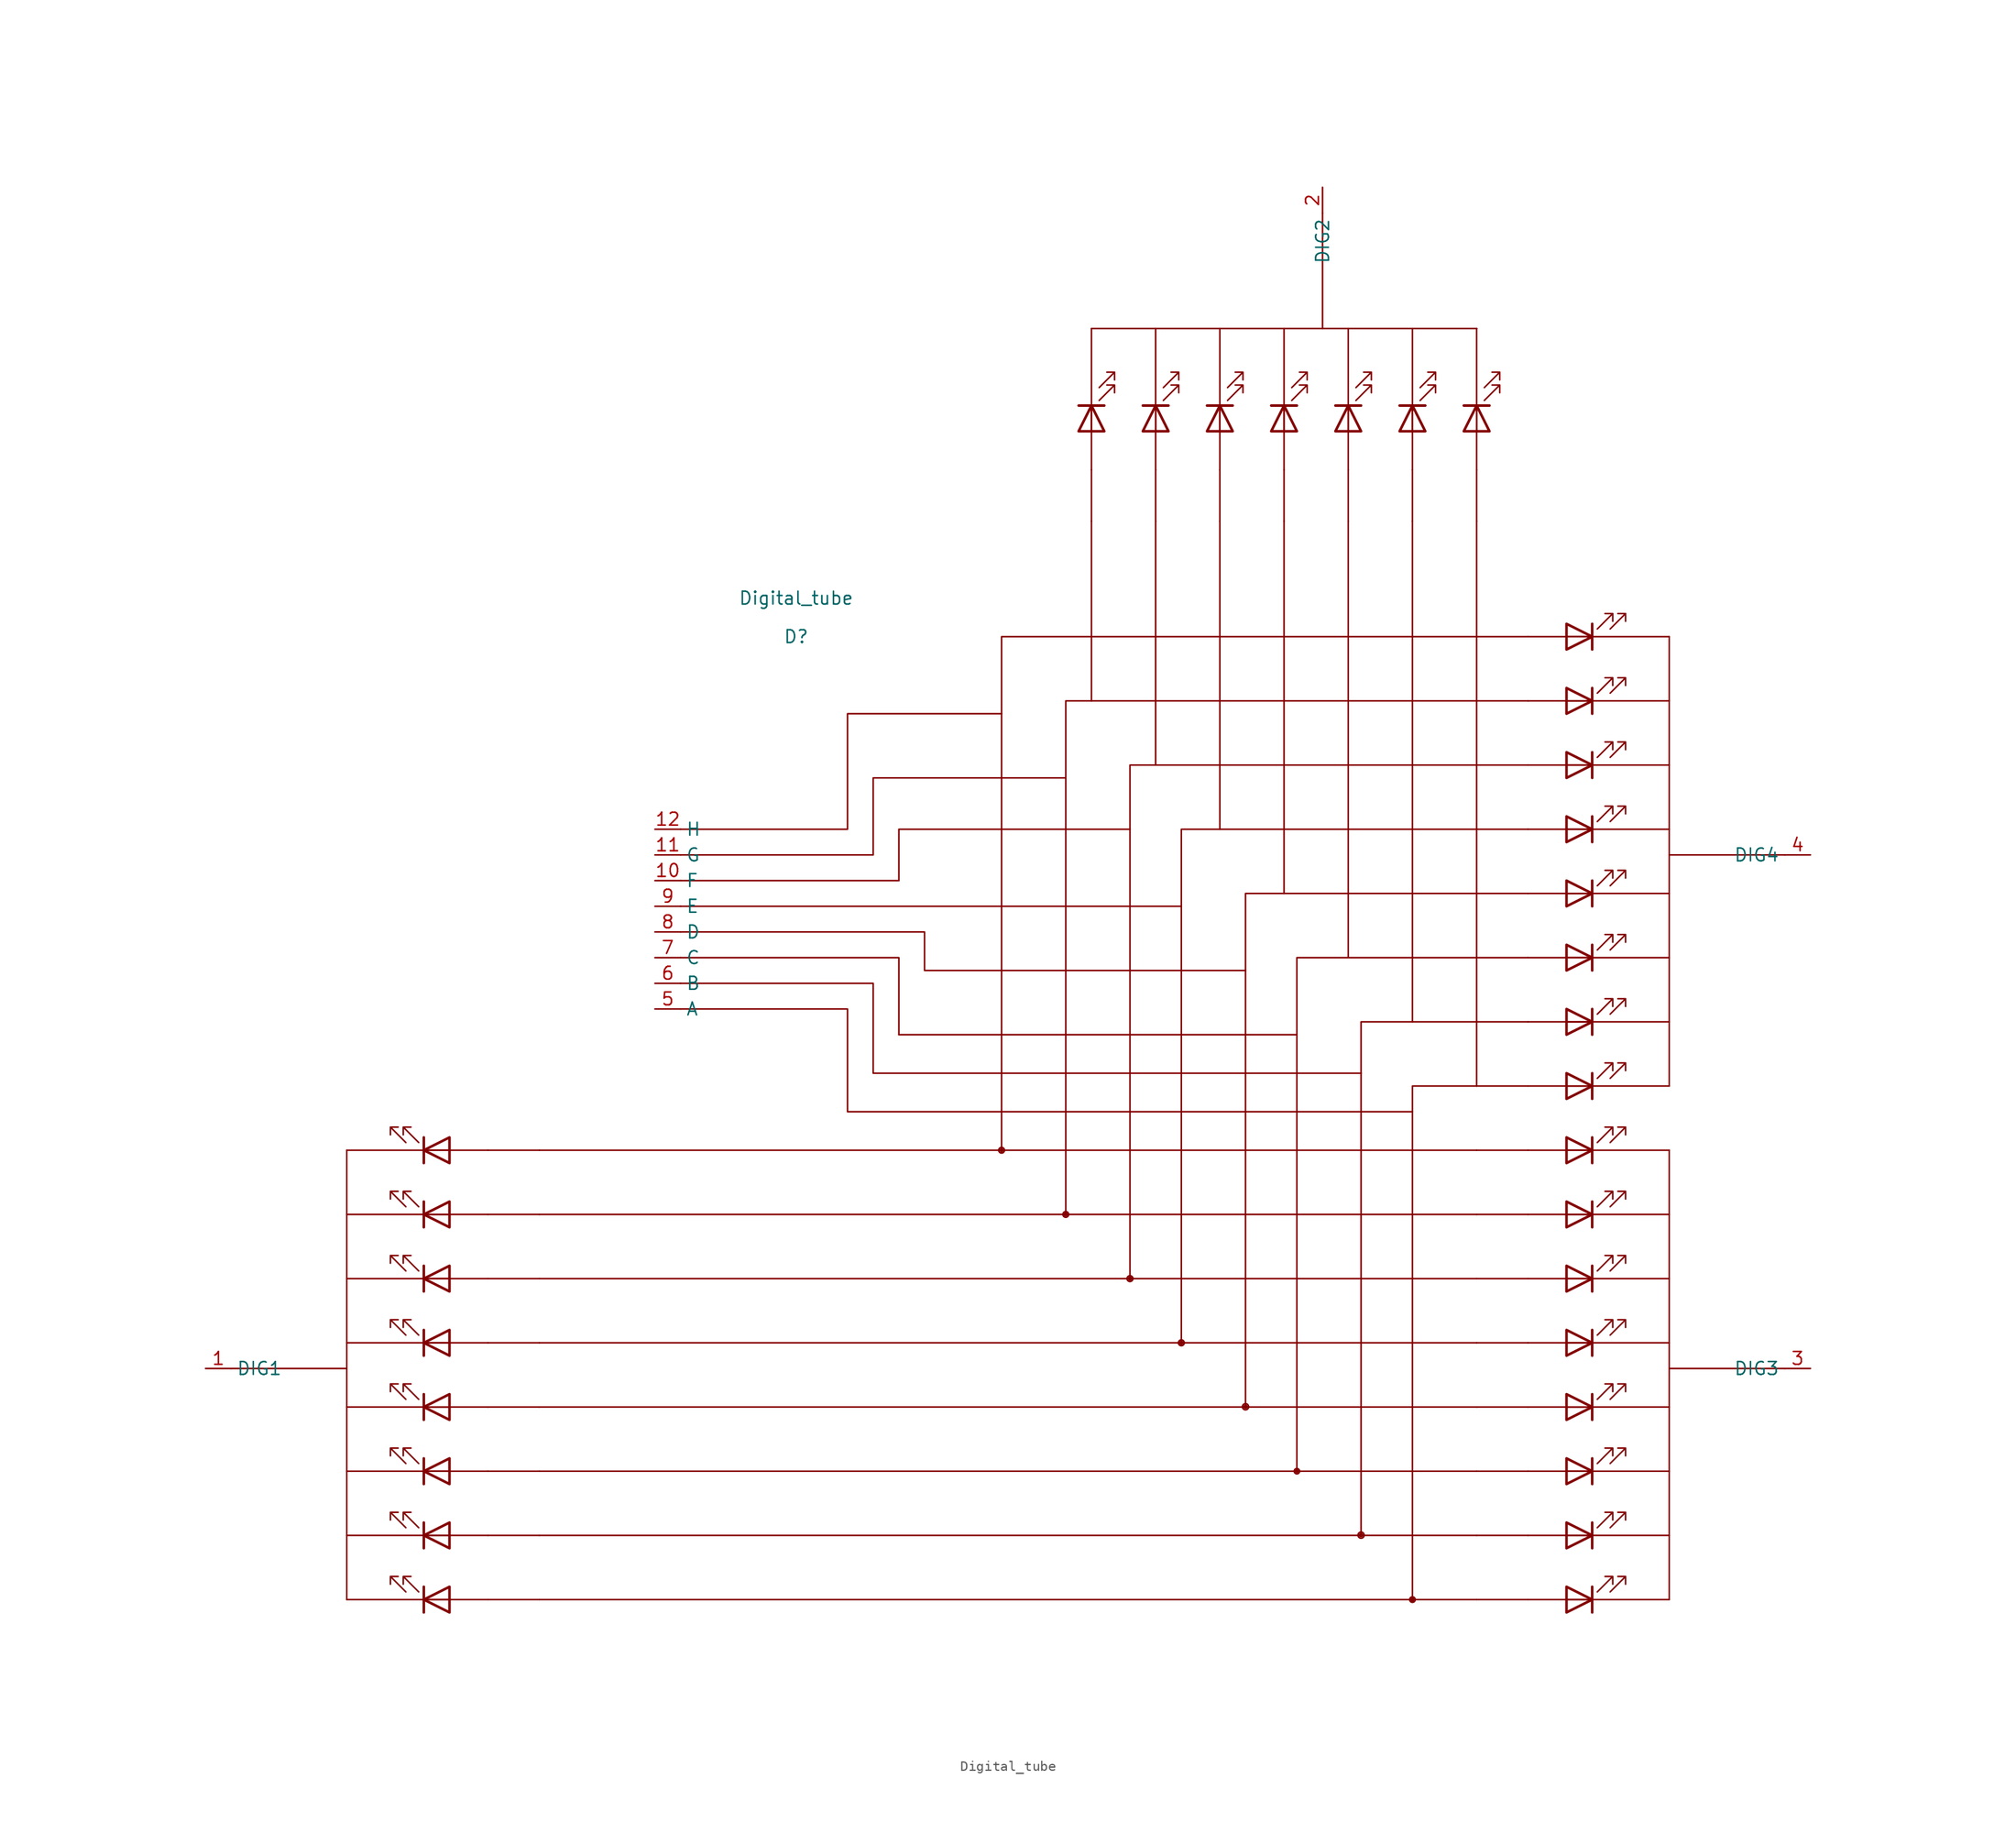
<source format=kicad_sym>
(kicad_symbol_lib
  (version 20211014)
  (generator kicad_symbol_editor)
  (symbol "Digital_tube"
    (property "Reference" "D"
      (at 20.32 53.34 0)
      (effects (font (size 1.27 1.27))))
    (property "Value" "Digital_tube"
      (at 20.32 57.15 0)
      (effects (font (size 1.27 1.27))))
    (symbol "Digital_tube_0_0"
      (polyline (pts (xy -24.13 -41.91) (xy -24.13 2.54)) (stroke (width 0) (type default) (color 0 0 0 0)) (fill (type none)))
      (polyline (pts (xy -24.13 -19.05) (xy -35.56 -19.05)) (stroke (width 0) (type default) (color 0 0 0 0)) (fill (type none)))
      (polyline (pts (xy -10.16 -41.91) (xy -24.13 -41.91)) (stroke (width 0) (type default) (color 0 0 0 0)) (fill (type none)))
      (polyline (pts (xy -10.16 -41.91) (xy -5.08 -41.91)) (stroke (width 0) (type default) (color 0 0 0 0)) (fill (type none)))
      (polyline (pts (xy -10.16 -35.56) (xy -24.13 -35.56)) (stroke (width 0) (type default) (color 0 0 0 0)) (fill (type none)))
      (polyline (pts (xy -10.16 -35.56) (xy -5.08 -35.56)) (stroke (width 0) (type default) (color 0 0 0 0)) (fill (type none)))
      (polyline (pts (xy -10.16 -29.21) (xy -24.13 -29.21)) (stroke (width 0) (type default) (color 0 0 0 0)) (fill (type none)))
      (polyline (pts (xy -10.16 -29.21) (xy -5.08 -29.21)) (stroke (width 0) (type default) (color 0 0 0 0)) (fill (type none)))
      (polyline (pts (xy -10.16 -22.86) (xy -24.13 -22.86)) (stroke (width 0) (type default) (color 0 0 0 0)) (fill (type none)))
      (polyline (pts (xy -10.16 -22.86) (xy -5.08 -22.86)) (stroke (width 0) (type default) (color 0 0 0 0)) (fill (type none)))
      (polyline (pts (xy -10.16 -16.51) (xy -24.13 -16.51)) (stroke (width 0) (type default) (color 0 0 0 0)) (fill (type none)))
      (polyline (pts (xy -10.16 -16.51) (xy -5.08 -16.51)) (stroke (width 0) (type default) (color 0 0 0 0)) (fill (type none)))
      (polyline (pts (xy -10.16 -10.16) (xy -24.13 -10.16)) (stroke (width 0) (type default) (color 0 0 0 0)) (fill (type none)))
      (polyline (pts (xy -10.16 -10.16) (xy -5.08 -10.16)) (stroke (width 0) (type default) (color 0 0 0 0)) (fill (type none)))
      (polyline (pts (xy -10.16 -3.81) (xy -24.13 -3.81)) (stroke (width 0) (type default) (color 0 0 0 0)) (fill (type none)))
      (polyline (pts (xy -10.16 -3.81) (xy -5.08 -3.81)) (stroke (width 0) (type default) (color 0 0 0 0)) (fill (type none)))
      (polyline (pts (xy -10.16 2.54) (xy -24.13 2.54)) (stroke (width 0) (type default) (color 0 0 0 0)) (fill (type none)))
      (polyline (pts (xy -10.16 2.54) (xy -5.08 2.54)) (stroke (width 0) (type default) (color 0 0 0 0)) (fill (type none)))
      (polyline (pts (xy 49.53 69.85) (xy 49.53 64.77)) (stroke (width 0) (type default) (color 0 0 0 0)) (fill (type none)))
      (polyline (pts (xy 49.53 69.85) (xy 49.53 83.82)) (stroke (width 0) (type default) (color 0 0 0 0)) (fill (type none)))
      (polyline (pts (xy 55.88 69.85) (xy 55.88 64.77)) (stroke (width 0) (type default) (color 0 0 0 0)) (fill (type none)))
      (polyline (pts (xy 55.88 69.85) (xy 55.88 83.82)) (stroke (width 0) (type default) (color 0 0 0 0)) (fill (type none)))
      (polyline (pts (xy 62.23 69.85) (xy 62.23 64.77)) (stroke (width 0) (type default) (color 0 0 0 0)) (fill (type none)))
      (polyline (pts (xy 62.23 69.85) (xy 62.23 83.82)) (stroke (width 0) (type default) (color 0 0 0 0)) (fill (type none)))
      (polyline (pts (xy 68.58 69.85) (xy 68.58 64.77)) (stroke (width 0) (type default) (color 0 0 0 0)) (fill (type none)))
      (polyline (pts (xy 68.58 69.85) (xy 68.58 83.82)) (stroke (width 0) (type default) (color 0 0 0 0)) (fill (type none)))
      (polyline (pts (xy 72.39 83.82) (xy 72.39 95.25)) (stroke (width 0) (type default) (color 0 0 0 0)) (fill (type none)))
      (polyline (pts (xy 74.93 69.85) (xy 74.93 64.77)) (stroke (width 0) (type default) (color 0 0 0 0)) (fill (type none)))
      (polyline (pts (xy 74.93 69.85) (xy 74.93 83.82)) (stroke (width 0) (type default) (color 0 0 0 0)) (fill (type none)))
      (polyline (pts (xy 81.28 69.85) (xy 81.28 64.77)) (stroke (width 0) (type default) (color 0 0 0 0)) (fill (type none)))
      (polyline (pts (xy 81.28 69.85) (xy 81.28 83.82)) (stroke (width 0) (type default) (color 0 0 0 0)) (fill (type none)))
      (polyline (pts (xy 87.63 69.85) (xy 87.63 64.77)) (stroke (width 0) (type default) (color 0 0 0 0)) (fill (type none)))
      (polyline (pts (xy 87.63 69.85) (xy 87.63 83.82)) (stroke (width 0) (type default) (color 0 0 0 0)) (fill (type none)))
      (polyline (pts (xy 92.71 -41.91) (xy 87.63 -41.91)) (stroke (width 0) (type default) (color 0 0 0 0)) (fill (type none)))
      (polyline (pts (xy 92.71 -41.91) (xy 106.68 -41.91)) (stroke (width 0) (type default) (color 0 0 0 0)) (fill (type none)))
      (polyline (pts (xy 92.71 -35.56) (xy 87.63 -35.56)) (stroke (width 0) (type default) (color 0 0 0 0)) (fill (type none)))
      (polyline (pts (xy 92.71 -35.56) (xy 106.68 -35.56)) (stroke (width 0) (type default) (color 0 0 0 0)) (fill (type none)))
      (polyline (pts (xy 92.71 -29.21) (xy 87.63 -29.21)) (stroke (width 0) (type default) (color 0 0 0 0)) (fill (type none)))
      (polyline (pts (xy 92.71 -29.21) (xy 106.68 -29.21)) (stroke (width 0) (type default) (color 0 0 0 0)) (fill (type none)))
      (polyline (pts (xy 92.71 -22.86) (xy 87.63 -22.86)) (stroke (width 0) (type default) (color 0 0 0 0)) (fill (type none)))
      (polyline (pts (xy 92.71 -22.86) (xy 106.68 -22.86)) (stroke (width 0) (type default) (color 0 0 0 0)) (fill (type none)))
      (polyline (pts (xy 92.71 -16.51) (xy 87.63 -16.51)) (stroke (width 0) (type default) (color 0 0 0 0)) (fill (type none)))
      (polyline (pts (xy 92.71 -16.51) (xy 106.68 -16.51)) (stroke (width 0) (type default) (color 0 0 0 0)) (fill (type none)))
      (polyline (pts (xy 92.71 -10.16) (xy 87.63 -10.16)) (stroke (width 0) (type default) (color 0 0 0 0)) (fill (type none)))
      (polyline (pts (xy 92.71 -10.16) (xy 106.68 -10.16)) (stroke (width 0) (type default) (color 0 0 0 0)) (fill (type none)))
      (polyline (pts (xy 92.71 -3.81) (xy 87.63 -3.81)) (stroke (width 0) (type default) (color 0 0 0 0)) (fill (type none)))
      (polyline (pts (xy 92.71 -3.81) (xy 106.68 -3.81)) (stroke (width 0) (type default) (color 0 0 0 0)) (fill (type none)))
      (polyline (pts (xy 92.71 2.54) (xy 87.63 2.54)) (stroke (width 0) (type default) (color 0 0 0 0)) (fill (type none)))
      (polyline (pts (xy 92.71 2.54) (xy 106.68 2.54)) (stroke (width 0) (type default) (color 0 0 0 0)) (fill (type none)))
      (polyline (pts (xy 92.71 8.89) (xy 87.63 8.89)) (stroke (width 0) (type default) (color 0 0 0 0)) (fill (type none)))
      (polyline (pts (xy 92.71 8.89) (xy 106.68 8.89)) (stroke (width 0) (type default) (color 0 0 0 0)) (fill (type none)))
      (polyline (pts (xy 92.71 15.24) (xy 87.63 15.24)) (stroke (width 0) (type default) (color 0 0 0 0)) (fill (type none)))
      (polyline (pts (xy 92.71 15.24) (xy 106.68 15.24)) (stroke (width 0) (type default) (color 0 0 0 0)) (fill (type none)))
      (polyline (pts (xy 92.71 21.59) (xy 87.63 21.59)) (stroke (width 0) (type default) (color 0 0 0 0)) (fill (type none)))
      (polyline (pts (xy 92.71 21.59) (xy 106.68 21.59)) (stroke (width 0) (type default) (color 0 0 0 0)) (fill (type none)))
      (polyline (pts (xy 92.71 27.94) (xy 87.63 27.94)) (stroke (width 0) (type default) (color 0 0 0 0)) (fill (type none)))
      (polyline (pts (xy 92.71 27.94) (xy 106.68 27.94)) (stroke (width 0) (type default) (color 0 0 0 0)) (fill (type none)))
      (polyline (pts (xy 92.71 34.29) (xy 87.63 34.29)) (stroke (width 0) (type default) (color 0 0 0 0)) (fill (type none)))
      (polyline (pts (xy 92.71 34.29) (xy 106.68 34.29)) (stroke (width 0) (type default) (color 0 0 0 0)) (fill (type none)))
      (polyline (pts (xy 92.71 40.64) (xy 87.63 40.64)) (stroke (width 0) (type default) (color 0 0 0 0)) (fill (type none)))
      (polyline (pts (xy 92.71 40.64) (xy 106.68 40.64)) (stroke (width 0) (type default) (color 0 0 0 0)) (fill (type none)))
      (polyline (pts (xy 92.71 46.99) (xy 87.63 46.99)) (stroke (width 0) (type default) (color 0 0 0 0)) (fill (type none)))
      (polyline (pts (xy 92.71 46.99) (xy 106.68 46.99)) (stroke (width 0) (type default) (color 0 0 0 0)) (fill (type none)))
      (polyline (pts (xy 92.71 53.34) (xy 87.63 53.34)) (stroke (width 0) (type default) (color 0 0 0 0)) (fill (type none)))
      (polyline (pts (xy 92.71 53.34) (xy 106.68 53.34)) (stroke (width 0) (type default) (color 0 0 0 0)) (fill (type none)))
      (polyline (pts (xy 106.68 -41.91) (xy 106.68 2.54)) (stroke (width 0) (type default) (color 0 0 0 0)) (fill (type none)))
      (polyline (pts (xy 106.68 -19.05) (xy 118.11 -19.05)) (stroke (width 0) (type default) (color 0 0 0 0)) (fill (type none)))
      (polyline (pts (xy 106.68 8.89) (xy 106.68 53.34)) (stroke (width 0) (type default) (color 0 0 0 0)) (fill (type none)))
      (polyline (pts (xy 106.68 31.75) (xy 118.11 31.75)) (stroke (width 0) (type default) (color 0 0 0 0)) (fill (type none)))
      (pin input line (at -38.1 -19.05 0) (length 2.54) (name "DIG1" (effects (font (size 1.27 1.27)))) (number "1" (effects (font (size 1.27 1.27)))))
      (pin input line (at 6.35 29.21 0) (length 2.54) (name "F" (effects (font (size 1.27 1.27)))) (number "10" (effects (font (size 1.27 1.27)))))
      (pin input line (at 6.35 31.75 0) (length 2.54) (name "G" (effects (font (size 1.27 1.27)))) (number "11" (effects (font (size 1.27 1.27)))))
      (pin input line (at 6.35 34.29 0) (length 2.54) (name "H" (effects (font (size 1.27 1.27)))) (number "12" (effects (font (size 1.27 1.27)))))
      (pin input line (at 72.39 97.79 270) (length 2.54) (name "DIG2" (effects (font (size 1.27 1.27)))) (number "2" (effects (font (size 1.27 1.27)))))
      (pin input line (at 120.65 -19.05 180) (length 2.54) (name "DIG3" (effects (font (size 1.27 1.27)))) (number "3" (effects (font (size 1.27 1.27)))))
      (pin input line (at 120.65 31.75 180) (length 2.54) (name "DIG4" (effects (font (size 1.27 1.27)))) (number "4" (effects (font (size 1.27 1.27)))))
      (pin input line (at 6.35 16.51 0) (length 2.54) (name "A" (effects (font (size 1.27 1.27)))) (number "5" (effects (font (size 1.27 1.27)))))
      (pin input line (at 6.35 19.05 0) (length 2.54) (name "B" (effects (font (size 1.27 1.27)))) (number "6" (effects (font (size 1.27 1.27)))))
      (pin input line (at 6.35 21.59 0) (length 2.54) (name "C" (effects (font (size 1.27 1.27)))) (number "7" (effects (font (size 1.27 1.27)))))
      (pin input line (at 6.35 24.13 0) (length 2.54) (name "D" (effects (font (size 1.27 1.27)))) (number "8" (effects (font (size 1.27 1.27)))))
      (pin input line (at 6.35 26.67 0) (length 2.54) (name "E" (effects (font (size 1.27 1.27)))) (number "9" (effects (font (size 1.27 1.27))))))
    (symbol "Digital_tube_0_1"
      (polyline (pts (xy -16.51 -41.91) (xy -13.97 -41.91)) (stroke (width 0) (type default) (color 0 0 0 0)) (fill (type none)))
      (polyline (pts (xy -16.51 -40.64) (xy -16.51 -43.18)) (stroke (width 0.254) (type default) (color 0 0 0 0)) (fill (type none)))
      (polyline (pts (xy -16.51 -35.56) (xy -13.97 -35.56)) (stroke (width 0) (type default) (color 0 0 0 0)) (fill (type none)))
      (polyline (pts (xy -16.51 -34.29) (xy -16.51 -36.83)) (stroke (width 0.254) (type default) (color 0 0 0 0)) (fill (type none)))
      (polyline (pts (xy -16.51 -29.21) (xy -13.97 -29.21)) (stroke (width 0) (type default) (color 0 0 0 0)) (fill (type none)))
      (polyline (pts (xy -16.51 -27.94) (xy -16.51 -30.48)) (stroke (width 0.254) (type default) (color 0 0 0 0)) (fill (type none)))
      (polyline (pts (xy -16.51 -22.86) (xy -13.97 -22.86)) (stroke (width 0) (type default) (color 0 0 0 0)) (fill (type none)))
      (polyline (pts (xy -16.51 -21.59) (xy -16.51 -24.13)) (stroke (width 0.254) (type default) (color 0 0 0 0)) (fill (type none)))
      (polyline (pts (xy -16.51 -16.51) (xy -13.97 -16.51)) (stroke (width 0) (type default) (color 0 0 0 0)) (fill (type none)))
      (polyline (pts (xy -16.51 -15.24) (xy -16.51 -17.78)) (stroke (width 0.254) (type default) (color 0 0 0 0)) (fill (type none)))
      (polyline (pts (xy -16.51 -10.16) (xy -13.97 -10.16)) (stroke (width 0) (type default) (color 0 0 0 0)) (fill (type none)))
      (polyline (pts (xy -16.51 -8.89) (xy -16.51 -11.43)) (stroke (width 0.254) (type default) (color 0 0 0 0)) (fill (type none)))
      (polyline (pts (xy -16.51 -3.81) (xy -13.97 -3.81)) (stroke (width 0) (type default) (color 0 0 0 0)) (fill (type none)))
      (polyline (pts (xy -16.51 -2.54) (xy -16.51 -5.08)) (stroke (width 0.254) (type default) (color 0 0 0 0)) (fill (type none)))
      (polyline (pts (xy -16.51 2.54) (xy -13.97 2.54)) (stroke (width 0) (type default) (color 0 0 0 0)) (fill (type none)))
      (polyline (pts (xy -16.51 3.81) (xy -16.51 1.27)) (stroke (width 0.254) (type default) (color 0 0 0 0)) (fill (type none)))
      (polyline (pts (xy -5.08 -41.91) (xy 87.63 -41.91)) (stroke (width 0) (type default) (color 0 0 0 0)) (fill (type none)))
      (polyline (pts (xy -5.08 -29.21) (xy 87.63 -29.21)) (stroke (width 0) (type default) (color 0 0 0 0)) (fill (type none)))
      (polyline (pts (xy -5.08 -16.51) (xy 87.63 -16.51)) (stroke (width 0) (type default) (color 0 0 0 0)) (fill (type none)))
      (polyline (pts (xy -5.08 -3.81) (xy 87.63 -3.81)) (stroke (width 0) (type default) (color 0 0 0 0)) (fill (type none)))
      (polyline (pts (xy -5.08 2.54) (xy 87.63 2.54)) (stroke (width 0) (type default) (color 0 0 0 0)) (fill (type none)))
      (polyline (pts (xy 30.48 29.21) (xy 8.89 29.21)) (stroke (width 0) (type default) (color 0 0 0 0)) (fill (type none)))
      (polyline (pts (xy 49.53 64.77) (xy 49.53 46.99)) (stroke (width 0) (type default) (color 0 0 0 0)) (fill (type none)))
      (polyline (pts (xy 49.53 76.2) (xy 49.53 73.66)) (stroke (width 0) (type default) (color 0 0 0 0)) (fill (type none)))
      (polyline (pts (xy 49.53 83.82) (xy 87.63 83.82)) (stroke (width 0) (type default) (color 0 0 0 0)) (fill (type none)))
      (polyline (pts (xy 50.8 76.2) (xy 48.26 76.2)) (stroke (width 0.254) (type default) (color 0 0 0 0)) (fill (type none)))
      (polyline (pts (xy 55.88 64.77) (xy 55.88 40.64)) (stroke (width 0) (type default) (color 0 0 0 0)) (fill (type none)))
      (polyline (pts (xy 55.88 76.2) (xy 55.88 73.66)) (stroke (width 0) (type default) (color 0 0 0 0)) (fill (type none)))
      (polyline (pts (xy 57.15 76.2) (xy 54.61 76.2)) (stroke (width 0.254) (type default) (color 0 0 0 0)) (fill (type none)))
      (polyline (pts (xy 58.42 26.67) (xy 8.89 26.67)) (stroke (width 0) (type default) (color 0 0 0 0)) (fill (type none)))
      (polyline (pts (xy 62.23 64.77) (xy 62.23 34.29)) (stroke (width 0) (type default) (color 0 0 0 0)) (fill (type none)))
      (polyline (pts (xy 62.23 76.2) (xy 62.23 73.66)) (stroke (width 0) (type default) (color 0 0 0 0)) (fill (type none)))
      (polyline (pts (xy 63.5 76.2) (xy 60.96 76.2)) (stroke (width 0.254) (type default) (color 0 0 0 0)) (fill (type none)))
      (polyline (pts (xy 68.58 64.77) (xy 68.58 27.94)) (stroke (width 0) (type default) (color 0 0 0 0)) (fill (type none)))
      (polyline (pts (xy 68.58 76.2) (xy 68.58 73.66)) (stroke (width 0) (type default) (color 0 0 0 0)) (fill (type none)))
      (polyline (pts (xy 69.85 13.97) (xy 30.48 13.97)) (stroke (width 0) (type default) (color 0 0 0 0)) (fill (type none)))
      (polyline (pts (xy 69.85 76.2) (xy 67.31 76.2)) (stroke (width 0.254) (type default) (color 0 0 0 0)) (fill (type none)))
      (polyline (pts (xy 74.93 64.77) (xy 74.93 21.59)) (stroke (width 0) (type default) (color 0 0 0 0)) (fill (type none)))
      (polyline (pts (xy 74.93 76.2) (xy 74.93 73.66)) (stroke (width 0) (type default) (color 0 0 0 0)) (fill (type none)))
      (polyline (pts (xy 76.2 76.2) (xy 73.66 76.2)) (stroke (width 0.254) (type default) (color 0 0 0 0)) (fill (type none)))
      (polyline (pts (xy 81.28 64.77) (xy 81.28 15.24)) (stroke (width 0) (type default) (color 0 0 0 0)) (fill (type none)))
      (polyline (pts (xy 81.28 76.2) (xy 81.28 73.66)) (stroke (width 0) (type default) (color 0 0 0 0)) (fill (type none)))
      (polyline (pts (xy 82.55 76.2) (xy 80.01 76.2)) (stroke (width 0.254) (type default) (color 0 0 0 0)) (fill (type none)))
      (polyline (pts (xy 87.63 -35.56) (xy -5.08 -35.56)) (stroke (width 0) (type default) (color 0 0 0 0)) (fill (type none)))
      (polyline (pts (xy 87.63 -22.86) (xy -5.08 -22.86)) (stroke (width 0) (type default) (color 0 0 0 0)) (fill (type none)))
      (polyline (pts (xy 87.63 -10.16) (xy -5.08 -10.16)) (stroke (width 0) (type default) (color 0 0 0 0)) (fill (type none)))
      (polyline (pts (xy 87.63 64.77) (xy 87.63 8.89)) (stroke (width 0) (type default) (color 0 0 0 0)) (fill (type none)))
      (polyline (pts (xy 87.63 76.2) (xy 87.63 73.66)) (stroke (width 0) (type default) (color 0 0 0 0)) (fill (type none)))
      (polyline (pts (xy 87.63 83.82) (xy 87.63 83.82)) (stroke (width 0) (type default) (color 0 0 0 0)) (fill (type none)))
      (polyline (pts (xy 88.9 76.2) (xy 86.36 76.2)) (stroke (width 0.254) (type default) (color 0 0 0 0)) (fill (type none)))
      (polyline (pts (xy 99.06 -41.91) (xy 96.52 -41.91)) (stroke (width 0) (type default) (color 0 0 0 0)) (fill (type none)))
      (polyline (pts (xy 99.06 -40.64) (xy 99.06 -43.18)) (stroke (width 0.254) (type default) (color 0 0 0 0)) (fill (type none)))
      (polyline (pts (xy 99.06 -35.56) (xy 96.52 -35.56)) (stroke (width 0) (type default) (color 0 0 0 0)) (fill (type none)))
      (polyline (pts (xy 99.06 -34.29) (xy 99.06 -36.83)) (stroke (width 0.254) (type default) (color 0 0 0 0)) (fill (type none)))
      (polyline (pts (xy 99.06 -29.21) (xy 96.52 -29.21)) (stroke (width 0) (type default) (color 0 0 0 0)) (fill (type none)))
      (polyline (pts (xy 99.06 -27.94) (xy 99.06 -30.48)) (stroke (width 0.254) (type default) (color 0 0 0 0)) (fill (type none)))
      (polyline (pts (xy 99.06 -22.86) (xy 96.52 -22.86)) (stroke (width 0) (type default) (color 0 0 0 0)) (fill (type none)))
      (polyline (pts (xy 99.06 -21.59) (xy 99.06 -24.13)) (stroke (width 0.254) (type default) (color 0 0 0 0)) (fill (type none)))
      (polyline (pts (xy 99.06 -16.51) (xy 96.52 -16.51)) (stroke (width 0) (type default) (color 0 0 0 0)) (fill (type none)))
      (polyline (pts (xy 99.06 -15.24) (xy 99.06 -17.78)) (stroke (width 0.254) (type default) (color 0 0 0 0)) (fill (type none)))
      (polyline (pts (xy 99.06 -10.16) (xy 96.52 -10.16)) (stroke (width 0) (type default) (color 0 0 0 0)) (fill (type none)))
      (polyline (pts (xy 99.06 -8.89) (xy 99.06 -11.43)) (stroke (width 0.254) (type default) (color 0 0 0 0)) (fill (type none)))
      (polyline (pts (xy 99.06 -3.81) (xy 96.52 -3.81)) (stroke (width 0) (type default) (color 0 0 0 0)) (fill (type none)))
      (polyline (pts (xy 99.06 -2.54) (xy 99.06 -5.08)) (stroke (width 0.254) (type default) (color 0 0 0 0)) (fill (type none)))
      (polyline (pts (xy 99.06 2.54) (xy 96.52 2.54)) (stroke (width 0) (type default) (color 0 0 0 0)) (fill (type none)))
      (polyline (pts (xy 99.06 3.81) (xy 99.06 1.27)) (stroke (width 0.254) (type default) (color 0 0 0 0)) (fill (type none)))
      (polyline (pts (xy 99.06 8.89) (xy 96.52 8.89)) (stroke (width 0) (type default) (color 0 0 0 0)) (fill (type none)))
      (polyline (pts (xy 99.06 10.16) (xy 99.06 7.62)) (stroke (width 0.254) (type default) (color 0 0 0 0)) (fill (type none)))
      (polyline (pts (xy 99.06 15.24) (xy 96.52 15.24)) (stroke (width 0) (type default) (color 0 0 0 0)) (fill (type none)))
      (polyline (pts (xy 99.06 16.51) (xy 99.06 13.97)) (stroke (width 0.254) (type default) (color 0 0 0 0)) (fill (type none)))
      (polyline (pts (xy 99.06 21.59) (xy 96.52 21.59)) (stroke (width 0) (type default) (color 0 0 0 0)) (fill (type none)))
      (polyline (pts (xy 99.06 22.86) (xy 99.06 20.32)) (stroke (width 0.254) (type default) (color 0 0 0 0)) (fill (type none)))
      (polyline (pts (xy 99.06 27.94) (xy 96.52 27.94)) (stroke (width 0) (type default) (color 0 0 0 0)) (fill (type none)))
      (polyline (pts (xy 99.06 29.21) (xy 99.06 26.67)) (stroke (width 0.254) (type default) (color 0 0 0 0)) (fill (type none)))
      (polyline (pts (xy 99.06 34.29) (xy 96.52 34.29)) (stroke (width 0) (type default) (color 0 0 0 0)) (fill (type none)))
      (polyline (pts (xy 99.06 35.56) (xy 99.06 33.02)) (stroke (width 0.254) (type default) (color 0 0 0 0)) (fill (type none)))
      (polyline (pts (xy 99.06 40.64) (xy 96.52 40.64)) (stroke (width 0) (type default) (color 0 0 0 0)) (fill (type none)))
      (polyline (pts (xy 99.06 41.91) (xy 99.06 39.37)) (stroke (width 0.254) (type default) (color 0 0 0 0)) (fill (type none)))
      (polyline (pts (xy 99.06 46.99) (xy 96.52 46.99)) (stroke (width 0) (type default) (color 0 0 0 0)) (fill (type none)))
      (polyline (pts (xy 99.06 48.26) (xy 99.06 45.72)) (stroke (width 0.254) (type default) (color 0 0 0 0)) (fill (type none)))
      (polyline (pts (xy 99.06 53.34) (xy 96.52 53.34)) (stroke (width 0) (type default) (color 0 0 0 0)) (fill (type none)))
      (polyline (pts (xy 99.06 54.61) (xy 99.06 52.07)) (stroke (width 0.254) (type default) (color 0 0 0 0)) (fill (type none)))
      (polyline (pts (xy 30.48 13.97) (xy 30.48 21.59) (xy 8.89 21.59)) (stroke (width 0) (type default) (color 0 0 0 0)) (fill (type none)))
      (polyline (pts (xy 53.34 34.29) (xy 30.48 34.29) (xy 30.48 29.21)) (stroke (width 0) (type default) (color 0 0 0 0)) (fill (type none)))
      (polyline (pts (xy 87.63 8.89) (xy 81.28 8.89) (xy 81.28 -41.91)) (stroke (width 0) (type default) (color 0 0 0 0)) (fill (type none)))
      (polyline (pts (xy 87.63 15.24) (xy 76.2 15.24) (xy 76.2 -35.56)) (stroke (width 0) (type default) (color 0 0 0 0)) (fill (type none)))
      (polyline (pts (xy 87.63 21.59) (xy 69.85 21.59) (xy 69.85 -29.21)) (stroke (width 0) (type default) (color 0 0 0 0)) (fill (type none)))
      (polyline (pts (xy 87.63 27.94) (xy 64.77 27.94) (xy 64.77 -22.86)) (stroke (width 0) (type default) (color 0 0 0 0)) (fill (type none)))
      (polyline (pts (xy 87.63 34.29) (xy 58.42 34.29) (xy 58.42 -16.51)) (stroke (width 0) (type default) (color 0 0 0 0)) (fill (type none)))
      (polyline (pts (xy 87.63 40.64) (xy 53.34 40.64) (xy 53.34 -10.16)) (stroke (width 0) (type default) (color 0 0 0 0)) (fill (type none)))
      (polyline (pts (xy 87.63 46.99) (xy 46.99 46.99) (xy 46.99 -3.81)) (stroke (width 0) (type default) (color 0 0 0 0)) (fill (type none)))
      (polyline (pts (xy 87.63 53.34) (xy 40.64 53.34) (xy 40.64 2.54)) (stroke (width 0) (type default) (color 0 0 0 0)) (fill (type none)))
      (polyline (pts (xy -13.97 -40.64) (xy -13.97 -43.18) (xy -16.51 -41.91) (xy -13.97 -40.64)) (stroke (width 0.254) (type default) (color 0 0 0 0)) (fill (type none)))
      (polyline (pts (xy -13.97 -34.29) (xy -13.97 -36.83) (xy -16.51 -35.56) (xy -13.97 -34.29)) (stroke (width 0.254) (type default) (color 0 0 0 0)) (fill (type none)))
      (polyline (pts (xy -13.97 -27.94) (xy -13.97 -30.48) (xy -16.51 -29.21) (xy -13.97 -27.94)) (stroke (width 0.254) (type default) (color 0 0 0 0)) (fill (type none)))
      (polyline (pts (xy -13.97 -21.59) (xy -13.97 -24.13) (xy -16.51 -22.86) (xy -13.97 -21.59)) (stroke (width 0.254) (type default) (color 0 0 0 0)) (fill (type none)))
      (polyline (pts (xy -13.97 -15.24) (xy -13.97 -17.78) (xy -16.51 -16.51) (xy -13.97 -15.24)) (stroke (width 0.254) (type default) (color 0 0 0 0)) (fill (type none)))
      (polyline (pts (xy -13.97 -8.89) (xy -13.97 -11.43) (xy -16.51 -10.16) (xy -13.97 -8.89)) (stroke (width 0.254) (type default) (color 0 0 0 0)) (fill (type none)))
      (polyline (pts (xy -13.97 -2.54) (xy -13.97 -5.08) (xy -16.51 -3.81) (xy -13.97 -2.54)) (stroke (width 0.254) (type default) (color 0 0 0 0)) (fill (type none)))
      (polyline (pts (xy -13.97 3.81) (xy -13.97 1.27) (xy -16.51 2.54) (xy -13.97 3.81)) (stroke (width 0.254) (type default) (color 0 0 0 0)) (fill (type none)))
      (polyline (pts (xy 40.64 45.72) (xy 25.4 45.72) (xy 25.4 34.29) (xy 8.89 34.29)) (stroke (width 0) (type default) (color 0 0 0 0)) (fill (type none)))
      (polyline (pts (xy 46.99 39.37) (xy 27.94 39.37) (xy 27.94 31.75) (xy 8.89 31.75)) (stroke (width 0) (type default) (color 0 0 0 0)) (fill (type none)))
      (polyline (pts (xy 50.8 73.66) (xy 48.26 73.66) (xy 49.53 76.2) (xy 50.8 73.66)) (stroke (width 0.254) (type default) (color 0 0 0 0)) (fill (type none)))
      (polyline (pts (xy 57.15 73.66) (xy 54.61 73.66) (xy 55.88 76.2) (xy 57.15 73.66)) (stroke (width 0.254) (type default) (color 0 0 0 0)) (fill (type none)))
      (polyline (pts (xy 63.5 73.66) (xy 60.96 73.66) (xy 62.23 76.2) (xy 63.5 73.66)) (stroke (width 0.254) (type default) (color 0 0 0 0)) (fill (type none)))
      (polyline (pts (xy 64.77 20.32) (xy 33.02 20.32) (xy 33.02 24.13) (xy 8.89 24.13)) (stroke (width 0) (type default) (color 0 0 0 0)) (fill (type none)))
      (polyline (pts (xy 69.85 73.66) (xy 67.31 73.66) (xy 68.58 76.2) (xy 69.85 73.66)) (stroke (width 0.254) (type default) (color 0 0 0 0)) (fill (type none)))
      (polyline (pts (xy 76.2 10.16) (xy 27.94 10.16) (xy 27.94 19.05) (xy 8.89 19.05)) (stroke (width 0) (type default) (color 0 0 0 0)) (fill (type none)))
      (polyline (pts (xy 76.2 73.66) (xy 73.66 73.66) (xy 74.93 76.2) (xy 76.2 73.66)) (stroke (width 0.254) (type default) (color 0 0 0 0)) (fill (type none)))
      (polyline (pts (xy 81.28 6.35) (xy 25.4 6.35) (xy 25.4 16.51) (xy 8.89 16.51)) (stroke (width 0) (type default) (color 0 0 0 0)) (fill (type none)))
      (polyline (pts (xy 82.55 73.66) (xy 80.01 73.66) (xy 81.28 76.2) (xy 82.55 73.66)) (stroke (width 0.254) (type default) (color 0 0 0 0)) (fill (type none)))
      (polyline (pts (xy 88.9 73.66) (xy 86.36 73.66) (xy 87.63 76.2) (xy 88.9 73.66)) (stroke (width 0.254) (type default) (color 0 0 0 0)) (fill (type none)))
      (polyline (pts (xy 96.52 -40.64) (xy 96.52 -43.18) (xy 99.06 -41.91) (xy 96.52 -40.64)) (stroke (width 0.254) (type default) (color 0 0 0 0)) (fill (type none)))
      (polyline (pts (xy 96.52 -34.29) (xy 96.52 -36.83) (xy 99.06 -35.56) (xy 96.52 -34.29)) (stroke (width 0.254) (type default) (color 0 0 0 0)) (fill (type none)))
      (polyline (pts (xy 96.52 -27.94) (xy 96.52 -30.48) (xy 99.06 -29.21) (xy 96.52 -27.94)) (stroke (width 0.254) (type default) (color 0 0 0 0)) (fill (type none)))
      (polyline (pts (xy 96.52 -21.59) (xy 96.52 -24.13) (xy 99.06 -22.86) (xy 96.52 -21.59)) (stroke (width 0.254) (type default) (color 0 0 0 0)) (fill (type none)))
      (polyline (pts (xy 96.52 -15.24) (xy 96.52 -17.78) (xy 99.06 -16.51) (xy 96.52 -15.24)) (stroke (width 0.254) (type default) (color 0 0 0 0)) (fill (type none)))
      (polyline (pts (xy 96.52 -8.89) (xy 96.52 -11.43) (xy 99.06 -10.16) (xy 96.52 -8.89)) (stroke (width 0.254) (type default) (color 0 0 0 0)) (fill (type none)))
      (polyline (pts (xy 96.52 -2.54) (xy 96.52 -5.08) (xy 99.06 -3.81) (xy 96.52 -2.54)) (stroke (width 0.254) (type default) (color 0 0 0 0)) (fill (type none)))
      (polyline (pts (xy 96.52 3.81) (xy 96.52 1.27) (xy 99.06 2.54) (xy 96.52 3.81)) (stroke (width 0.254) (type default) (color 0 0 0 0)) (fill (type none)))
      (polyline (pts (xy 96.52 10.16) (xy 96.52 7.62) (xy 99.06 8.89) (xy 96.52 10.16)) (stroke (width 0.254) (type default) (color 0 0 0 0)) (fill (type none)))
      (polyline (pts (xy 96.52 16.51) (xy 96.52 13.97) (xy 99.06 15.24) (xy 96.52 16.51)) (stroke (width 0.254) (type default) (color 0 0 0 0)) (fill (type none)))
      (polyline (pts (xy 96.52 22.86) (xy 96.52 20.32) (xy 99.06 21.59) (xy 96.52 22.86)) (stroke (width 0.254) (type default) (color 0 0 0 0)) (fill (type none)))
      (polyline (pts (xy 96.52 29.21) (xy 96.52 26.67) (xy 99.06 27.94) (xy 96.52 29.21)) (stroke (width 0.254) (type default) (color 0 0 0 0)) (fill (type none)))
      (polyline (pts (xy 96.52 35.56) (xy 96.52 33.02) (xy 99.06 34.29) (xy 96.52 35.56)) (stroke (width 0.254) (type default) (color 0 0 0 0)) (fill (type none)))
      (polyline (pts (xy 96.52 41.91) (xy 96.52 39.37) (xy 99.06 40.64) (xy 96.52 41.91)) (stroke (width 0.254) (type default) (color 0 0 0 0)) (fill (type none)))
      (polyline (pts (xy 96.52 48.26) (xy 96.52 45.72) (xy 99.06 46.99) (xy 96.52 48.26)) (stroke (width 0.254) (type default) (color 0 0 0 0)) (fill (type none)))
      (polyline (pts (xy 96.52 54.61) (xy 96.52 52.07) (xy 99.06 53.34) (xy 96.52 54.61)) (stroke (width 0.254) (type default) (color 0 0 0 0)) (fill (type none)))
      (polyline (pts (xy -18.288 -41.148) (xy -19.812 -39.624) (xy -19.05 -39.624) (xy -19.812 -39.624) (xy -19.812 -40.386)) (stroke (width 0) (type default) (color 0 0 0 0)) (fill (type none)))
      (polyline (pts (xy -18.288 -34.798) (xy -19.812 -33.274) (xy -19.05 -33.274) (xy -19.812 -33.274) (xy -19.812 -34.036)) (stroke (width 0) (type default) (color 0 0 0 0)) (fill (type none)))
      (polyline (pts (xy -18.288 -28.448) (xy -19.812 -26.924) (xy -19.05 -26.924) (xy -19.812 -26.924) (xy -19.812 -27.686)) (stroke (width 0) (type default) (color 0 0 0 0)) (fill (type none)))
      (polyline (pts (xy -18.288 -22.098) (xy -19.812 -20.574) (xy -19.05 -20.574) (xy -19.812 -20.574) (xy -19.812 -21.336)) (stroke (width 0) (type default) (color 0 0 0 0)) (fill (type none)))
      (polyline (pts (xy -18.288 -15.748) (xy -19.812 -14.224) (xy -19.05 -14.224) (xy -19.812 -14.224) (xy -19.812 -14.986)) (stroke (width 0) (type default) (color 0 0 0 0)) (fill (type none)))
      (polyline (pts (xy -18.288 -9.398) (xy -19.812 -7.874) (xy -19.05 -7.874) (xy -19.812 -7.874) (xy -19.812 -8.636)) (stroke (width 0) (type default) (color 0 0 0 0)) (fill (type none)))
      (polyline (pts (xy -18.288 -3.048) (xy -19.812 -1.524) (xy -19.05 -1.524) (xy -19.812 -1.524) (xy -19.812 -2.286)) (stroke (width 0) (type default) (color 0 0 0 0)) (fill (type none)))
      (polyline (pts (xy -18.288 3.302) (xy -19.812 4.826) (xy -19.05 4.826) (xy -19.812 4.826) (xy -19.812 4.064)) (stroke (width 0) (type default) (color 0 0 0 0)) (fill (type none)))
      (polyline (pts (xy -17.018 -41.148) (xy -18.542 -39.624) (xy -17.78 -39.624) (xy -18.542 -39.624) (xy -18.542 -40.386)) (stroke (width 0) (type default) (color 0 0 0 0)) (fill (type none)))
      (polyline (pts (xy -17.018 -34.798) (xy -18.542 -33.274) (xy -17.78 -33.274) (xy -18.542 -33.274) (xy -18.542 -34.036)) (stroke (width 0) (type default) (color 0 0 0 0)) (fill (type none)))
      (polyline (pts (xy -17.018 -28.448) (xy -18.542 -26.924) (xy -17.78 -26.924) (xy -18.542 -26.924) (xy -18.542 -27.686)) (stroke (width 0) (type default) (color 0 0 0 0)) (fill (type none)))
      (polyline (pts (xy -17.018 -22.098) (xy -18.542 -20.574) (xy -17.78 -20.574) (xy -18.542 -20.574) (xy -18.542 -21.336)) (stroke (width 0) (type default) (color 0 0 0 0)) (fill (type none)))
      (polyline (pts (xy -17.018 -15.748) (xy -18.542 -14.224) (xy -17.78 -14.224) (xy -18.542 -14.224) (xy -18.542 -14.986)) (stroke (width 0) (type default) (color 0 0 0 0)) (fill (type none)))
      (polyline (pts (xy -17.018 -9.398) (xy -18.542 -7.874) (xy -17.78 -7.874) (xy -18.542 -7.874) (xy -18.542 -8.636)) (stroke (width 0) (type default) (color 0 0 0 0)) (fill (type none)))
      (polyline (pts (xy -17.018 -3.048) (xy -18.542 -1.524) (xy -17.78 -1.524) (xy -18.542 -1.524) (xy -18.542 -2.286)) (stroke (width 0) (type default) (color 0 0 0 0)) (fill (type none)))
      (polyline (pts (xy -17.018 3.302) (xy -18.542 4.826) (xy -17.78 4.826) (xy -18.542 4.826) (xy -18.542 4.064)) (stroke (width 0) (type default) (color 0 0 0 0)) (fill (type none)))
      (polyline (pts (xy 50.292 76.708) (xy 51.816 78.232) (xy 51.816 77.47) (xy 51.816 78.232) (xy 51.054 78.232)) (stroke (width 0) (type default) (color 0 0 0 0)) (fill (type none)))
      (polyline (pts (xy 50.292 77.978) (xy 51.816 79.502) (xy 51.816 78.74) (xy 51.816 79.502) (xy 51.054 79.502)) (stroke (width 0) (type default) (color 0 0 0 0)) (fill (type none)))
      (polyline (pts (xy 56.642 76.708) (xy 58.166 78.232) (xy 58.166 77.47) (xy 58.166 78.232) (xy 57.404 78.232)) (stroke (width 0) (type default) (color 0 0 0 0)) (fill (type none)))
      (polyline (pts (xy 56.642 77.978) (xy 58.166 79.502) (xy 58.166 78.74) (xy 58.166 79.502) (xy 57.404 79.502)) (stroke (width 0) (type default) (color 0 0 0 0)) (fill (type none)))
      (polyline (pts (xy 62.992 76.708) (xy 64.516 78.232) (xy 64.516 77.47) (xy 64.516 78.232) (xy 63.754 78.232)) (stroke (width 0) (type default) (color 0 0 0 0)) (fill (type none)))
      (polyline (pts (xy 62.992 77.978) (xy 64.516 79.502) (xy 64.516 78.74) (xy 64.516 79.502) (xy 63.754 79.502)) (stroke (width 0) (type default) (color 0 0 0 0)) (fill (type none)))
      (polyline (pts (xy 69.342 76.708) (xy 70.866 78.232) (xy 70.866 77.47) (xy 70.866 78.232) (xy 70.104 78.232)) (stroke (width 0) (type default) (color 0 0 0 0)) (fill (type none)))
      (polyline (pts (xy 69.342 77.978) (xy 70.866 79.502) (xy 70.866 78.74) (xy 70.866 79.502) (xy 70.104 79.502)) (stroke (width 0) (type default) (color 0 0 0 0)) (fill (type none)))
      (polyline (pts (xy 75.692 76.708) (xy 77.216 78.232) (xy 77.216 77.47) (xy 77.216 78.232) (xy 76.454 78.232)) (stroke (width 0) (type default) (color 0 0 0 0)) (fill (type none)))
      (polyline (pts (xy 75.692 77.978) (xy 77.216 79.502) (xy 77.216 78.74) (xy 77.216 79.502) (xy 76.454 79.502)) (stroke (width 0) (type default) (color 0 0 0 0)) (fill (type none)))
      (polyline (pts (xy 82.042 76.708) (xy 83.566 78.232) (xy 83.566 77.47) (xy 83.566 78.232) (xy 82.804 78.232)) (stroke (width 0) (type default) (color 0 0 0 0)) (fill (type none)))
      (polyline (pts (xy 82.042 77.978) (xy 83.566 79.502) (xy 83.566 78.74) (xy 83.566 79.502) (xy 82.804 79.502)) (stroke (width 0) (type default) (color 0 0 0 0)) (fill (type none)))
      (polyline (pts (xy 88.392 76.708) (xy 89.916 78.232) (xy 89.916 77.47) (xy 89.916 78.232) (xy 89.154 78.232)) (stroke (width 0) (type default) (color 0 0 0 0)) (fill (type none)))
      (polyline (pts (xy 88.392 77.978) (xy 89.916 79.502) (xy 89.916 78.74) (xy 89.916 79.502) (xy 89.154 79.502)) (stroke (width 0) (type default) (color 0 0 0 0)) (fill (type none)))
      (polyline (pts (xy 99.568 -41.148) (xy 101.092 -39.624) (xy 100.33 -39.624) (xy 101.092 -39.624) (xy 101.092 -40.386)) (stroke (width 0) (type default) (color 0 0 0 0)) (fill (type none)))
      (polyline (pts (xy 99.568 -34.798) (xy 101.092 -33.274) (xy 100.33 -33.274) (xy 101.092 -33.274) (xy 101.092 -34.036)) (stroke (width 0) (type default) (color 0 0 0 0)) (fill (type none)))
      (polyline (pts (xy 99.568 -28.448) (xy 101.092 -26.924) (xy 100.33 -26.924) (xy 101.092 -26.924) (xy 101.092 -27.686)) (stroke (width 0) (type default) (color 0 0 0 0)) (fill (type none)))
      (polyline (pts (xy 99.568 -22.098) (xy 101.092 -20.574) (xy 100.33 -20.574) (xy 101.092 -20.574) (xy 101.092 -21.336)) (stroke (width 0) (type default) (color 0 0 0 0)) (fill (type none)))
      (polyline (pts (xy 99.568 -15.748) (xy 101.092 -14.224) (xy 100.33 -14.224) (xy 101.092 -14.224) (xy 101.092 -14.986)) (stroke (width 0) (type default) (color 0 0 0 0)) (fill (type none)))
      (polyline (pts (xy 99.568 -9.398) (xy 101.092 -7.874) (xy 100.33 -7.874) (xy 101.092 -7.874) (xy 101.092 -8.636)) (stroke (width 0) (type default) (color 0 0 0 0)) (fill (type none)))
      (polyline (pts (xy 99.568 -3.048) (xy 101.092 -1.524) (xy 100.33 -1.524) (xy 101.092 -1.524) (xy 101.092 -2.286)) (stroke (width 0) (type default) (color 0 0 0 0)) (fill (type none)))
      (polyline (pts (xy 99.568 3.302) (xy 101.092 4.826) (xy 100.33 4.826) (xy 101.092 4.826) (xy 101.092 4.064)) (stroke (width 0) (type default) (color 0 0 0 0)) (fill (type none)))
      (polyline (pts (xy 99.568 9.652) (xy 101.092 11.176) (xy 100.33 11.176) (xy 101.092 11.176) (xy 101.092 10.414)) (stroke (width 0) (type default) (color 0 0 0 0)) (fill (type none)))
      (polyline (pts (xy 99.568 16.002) (xy 101.092 17.526) (xy 100.33 17.526) (xy 101.092 17.526) (xy 101.092 16.764)) (stroke (width 0) (type default) (color 0 0 0 0)) (fill (type none)))
      (polyline (pts (xy 99.568 22.352) (xy 101.092 23.876) (xy 100.33 23.876) (xy 101.092 23.876) (xy 101.092 23.114)) (stroke (width 0) (type default) (color 0 0 0 0)) (fill (type none)))
      (polyline (pts (xy 99.568 28.702) (xy 101.092 30.226) (xy 100.33 30.226) (xy 101.092 30.226) (xy 101.092 29.464)) (stroke (width 0) (type default) (color 0 0 0 0)) (fill (type none)))
      (polyline (pts (xy 99.568 35.052) (xy 101.092 36.576) (xy 100.33 36.576) (xy 101.092 36.576) (xy 101.092 35.814)) (stroke (width 0) (type default) (color 0 0 0 0)) (fill (type none)))
      (polyline (pts (xy 99.568 41.402) (xy 101.092 42.926) (xy 100.33 42.926) (xy 101.092 42.926) (xy 101.092 42.164)) (stroke (width 0) (type default) (color 0 0 0 0)) (fill (type none)))
      (polyline (pts (xy 99.568 47.752) (xy 101.092 49.276) (xy 100.33 49.276) (xy 101.092 49.276) (xy 101.092 48.514)) (stroke (width 0) (type default) (color 0 0 0 0)) (fill (type none)))
      (polyline (pts (xy 99.568 54.102) (xy 101.092 55.626) (xy 100.33 55.626) (xy 101.092 55.626) (xy 101.092 54.864)) (stroke (width 0) (type default) (color 0 0 0 0)) (fill (type none)))
      (polyline (pts (xy 100.838 -41.148) (xy 102.362 -39.624) (xy 101.6 -39.624) (xy 102.362 -39.624) (xy 102.362 -40.386)) (stroke (width 0) (type default) (color 0 0 0 0)) (fill (type none)))
      (polyline (pts (xy 100.838 -34.798) (xy 102.362 -33.274) (xy 101.6 -33.274) (xy 102.362 -33.274) (xy 102.362 -34.036)) (stroke (width 0) (type default) (color 0 0 0 0)) (fill (type none)))
      (polyline (pts (xy 100.838 -28.448) (xy 102.362 -26.924) (xy 101.6 -26.924) (xy 102.362 -26.924) (xy 102.362 -27.686)) (stroke (width 0) (type default) (color 0 0 0 0)) (fill (type none)))
      (polyline (pts (xy 100.838 -22.098) (xy 102.362 -20.574) (xy 101.6 -20.574) (xy 102.362 -20.574) (xy 102.362 -21.336)) (stroke (width 0) (type default) (color 0 0 0 0)) (fill (type none)))
      (polyline (pts (xy 100.838 -15.748) (xy 102.362 -14.224) (xy 101.6 -14.224) (xy 102.362 -14.224) (xy 102.362 -14.986)) (stroke (width 0) (type default) (color 0 0 0 0)) (fill (type none)))
      (polyline (pts (xy 100.838 -9.398) (xy 102.362 -7.874) (xy 101.6 -7.874) (xy 102.362 -7.874) (xy 102.362 -8.636)) (stroke (width 0) (type default) (color 0 0 0 0)) (fill (type none)))
      (polyline (pts (xy 100.838 -3.048) (xy 102.362 -1.524) (xy 101.6 -1.524) (xy 102.362 -1.524) (xy 102.362 -2.286)) (stroke (width 0) (type default) (color 0 0 0 0)) (fill (type none)))
      (polyline (pts (xy 100.838 3.302) (xy 102.362 4.826) (xy 101.6 4.826) (xy 102.362 4.826) (xy 102.362 4.064)) (stroke (width 0) (type default) (color 0 0 0 0)) (fill (type none)))
      (polyline (pts (xy 100.838 9.652) (xy 102.362 11.176) (xy 101.6 11.176) (xy 102.362 11.176) (xy 102.362 10.414)) (stroke (width 0) (type default) (color 0 0 0 0)) (fill (type none)))
      (polyline (pts (xy 100.838 16.002) (xy 102.362 17.526) (xy 101.6 17.526) (xy 102.362 17.526) (xy 102.362 16.764)) (stroke (width 0) (type default) (color 0 0 0 0)) (fill (type none)))
      (polyline (pts (xy 100.838 22.352) (xy 102.362 23.876) (xy 101.6 23.876) (xy 102.362 23.876) (xy 102.362 23.114)) (stroke (width 0) (type default) (color 0 0 0 0)) (fill (type none)))
      (polyline (pts (xy 100.838 28.702) (xy 102.362 30.226) (xy 101.6 30.226) (xy 102.362 30.226) (xy 102.362 29.464)) (stroke (width 0) (type default) (color 0 0 0 0)) (fill (type none)))
      (polyline (pts (xy 100.838 35.052) (xy 102.362 36.576) (xy 101.6 36.576) (xy 102.362 36.576) (xy 102.362 35.814)) (stroke (width 0) (type default) (color 0 0 0 0)) (fill (type none)))
      (polyline (pts (xy 100.838 41.402) (xy 102.362 42.926) (xy 101.6 42.926) (xy 102.362 42.926) (xy 102.362 42.164)) (stroke (width 0) (type default) (color 0 0 0 0)) (fill (type none)))
      (polyline (pts (xy 100.838 47.752) (xy 102.362 49.276) (xy 101.6 49.276) (xy 102.362 49.276) (xy 102.362 48.514)) (stroke (width 0) (type default) (color 0 0 0 0)) (fill (type none)))
      (polyline (pts (xy 100.838 54.102) (xy 102.362 55.626) (xy 101.6 55.626) (xy 102.362 55.626) (xy 102.362 54.864)) (stroke (width 0) (type default) (color 0 0 0 0)) (fill (type none)))
      (circle (center 40.64 2.54) (radius 0.137) (stroke (width 0) (type default) (color 0 0 0 0)) (fill (type none)))
      (circle (center 40.64 2.54) (radius 0.284) (stroke (width 0) (type default) (color 0 0 0 0)) (fill (type none)))
      (circle (center 46.99 -3.81) (radius 0.148) (stroke (width 0) (type default) (color 0 0 0 0)) (fill (type none)))
      (circle (center 46.99 -3.81) (radius 0.284) (stroke (width 0) (type default) (color 0 0 0 0)) (fill (type none)))
      (circle (center 53.34 -10.16) (radius 0.148) (stroke (width 0) (type default) (color 0 0 0 0)) (fill (type none)))
      (circle (center 53.34 -10.16) (radius 0.29) (stroke (width 0) (type default) (color 0 0 0 0)) (fill (type none)))
      (circle (center 58.42 -16.51) (radius 0.148) (stroke (width 0) (type default) (color 0 0 0 0)) (fill (type none)))
      (circle (center 58.42 -16.51) (radius 0.29) (stroke (width 0) (type default) (color 0 0 0 0)) (fill (type none)))
      (circle (center 64.77 -22.835) (radius 0.154) (stroke (width 0) (type default) (color 0 0 0 0)) (fill (type none)))
      (circle (center 64.77 -22.835) (radius 0.306) (stroke (width 0) (type default) (color 0 0 0 0)) (fill (type none)))
      (circle (center 69.85 -29.21) (radius 0.127) (stroke (width 0) (type default) (color 0 0 0 0)) (fill (type none)))
      (circle (center 69.85 -29.21) (radius 0.265) (stroke (width 0) (type default) (color 0 0 0 0)) (fill (type none)))
      (circle (center 76.2 -35.535) (radius 0.154) (stroke (width 0) (type default) (color 0 0 0 0)) (fill (type none)))
      (circle (center 76.2 -35.535) (radius 0.306) (stroke (width 0) (type default) (color 0 0 0 0)) (fill (type none)))
      (circle (center 81.28 -41.91) (radius 0.144) (stroke (width 0) (type default) (color 0 0 0 0)) (fill (type none)))
      (circle (center 81.28 -41.91) (radius 0.274) (stroke (width 0) (type default) (color 0 0 0 0)) (fill (type none))))))
</source>
